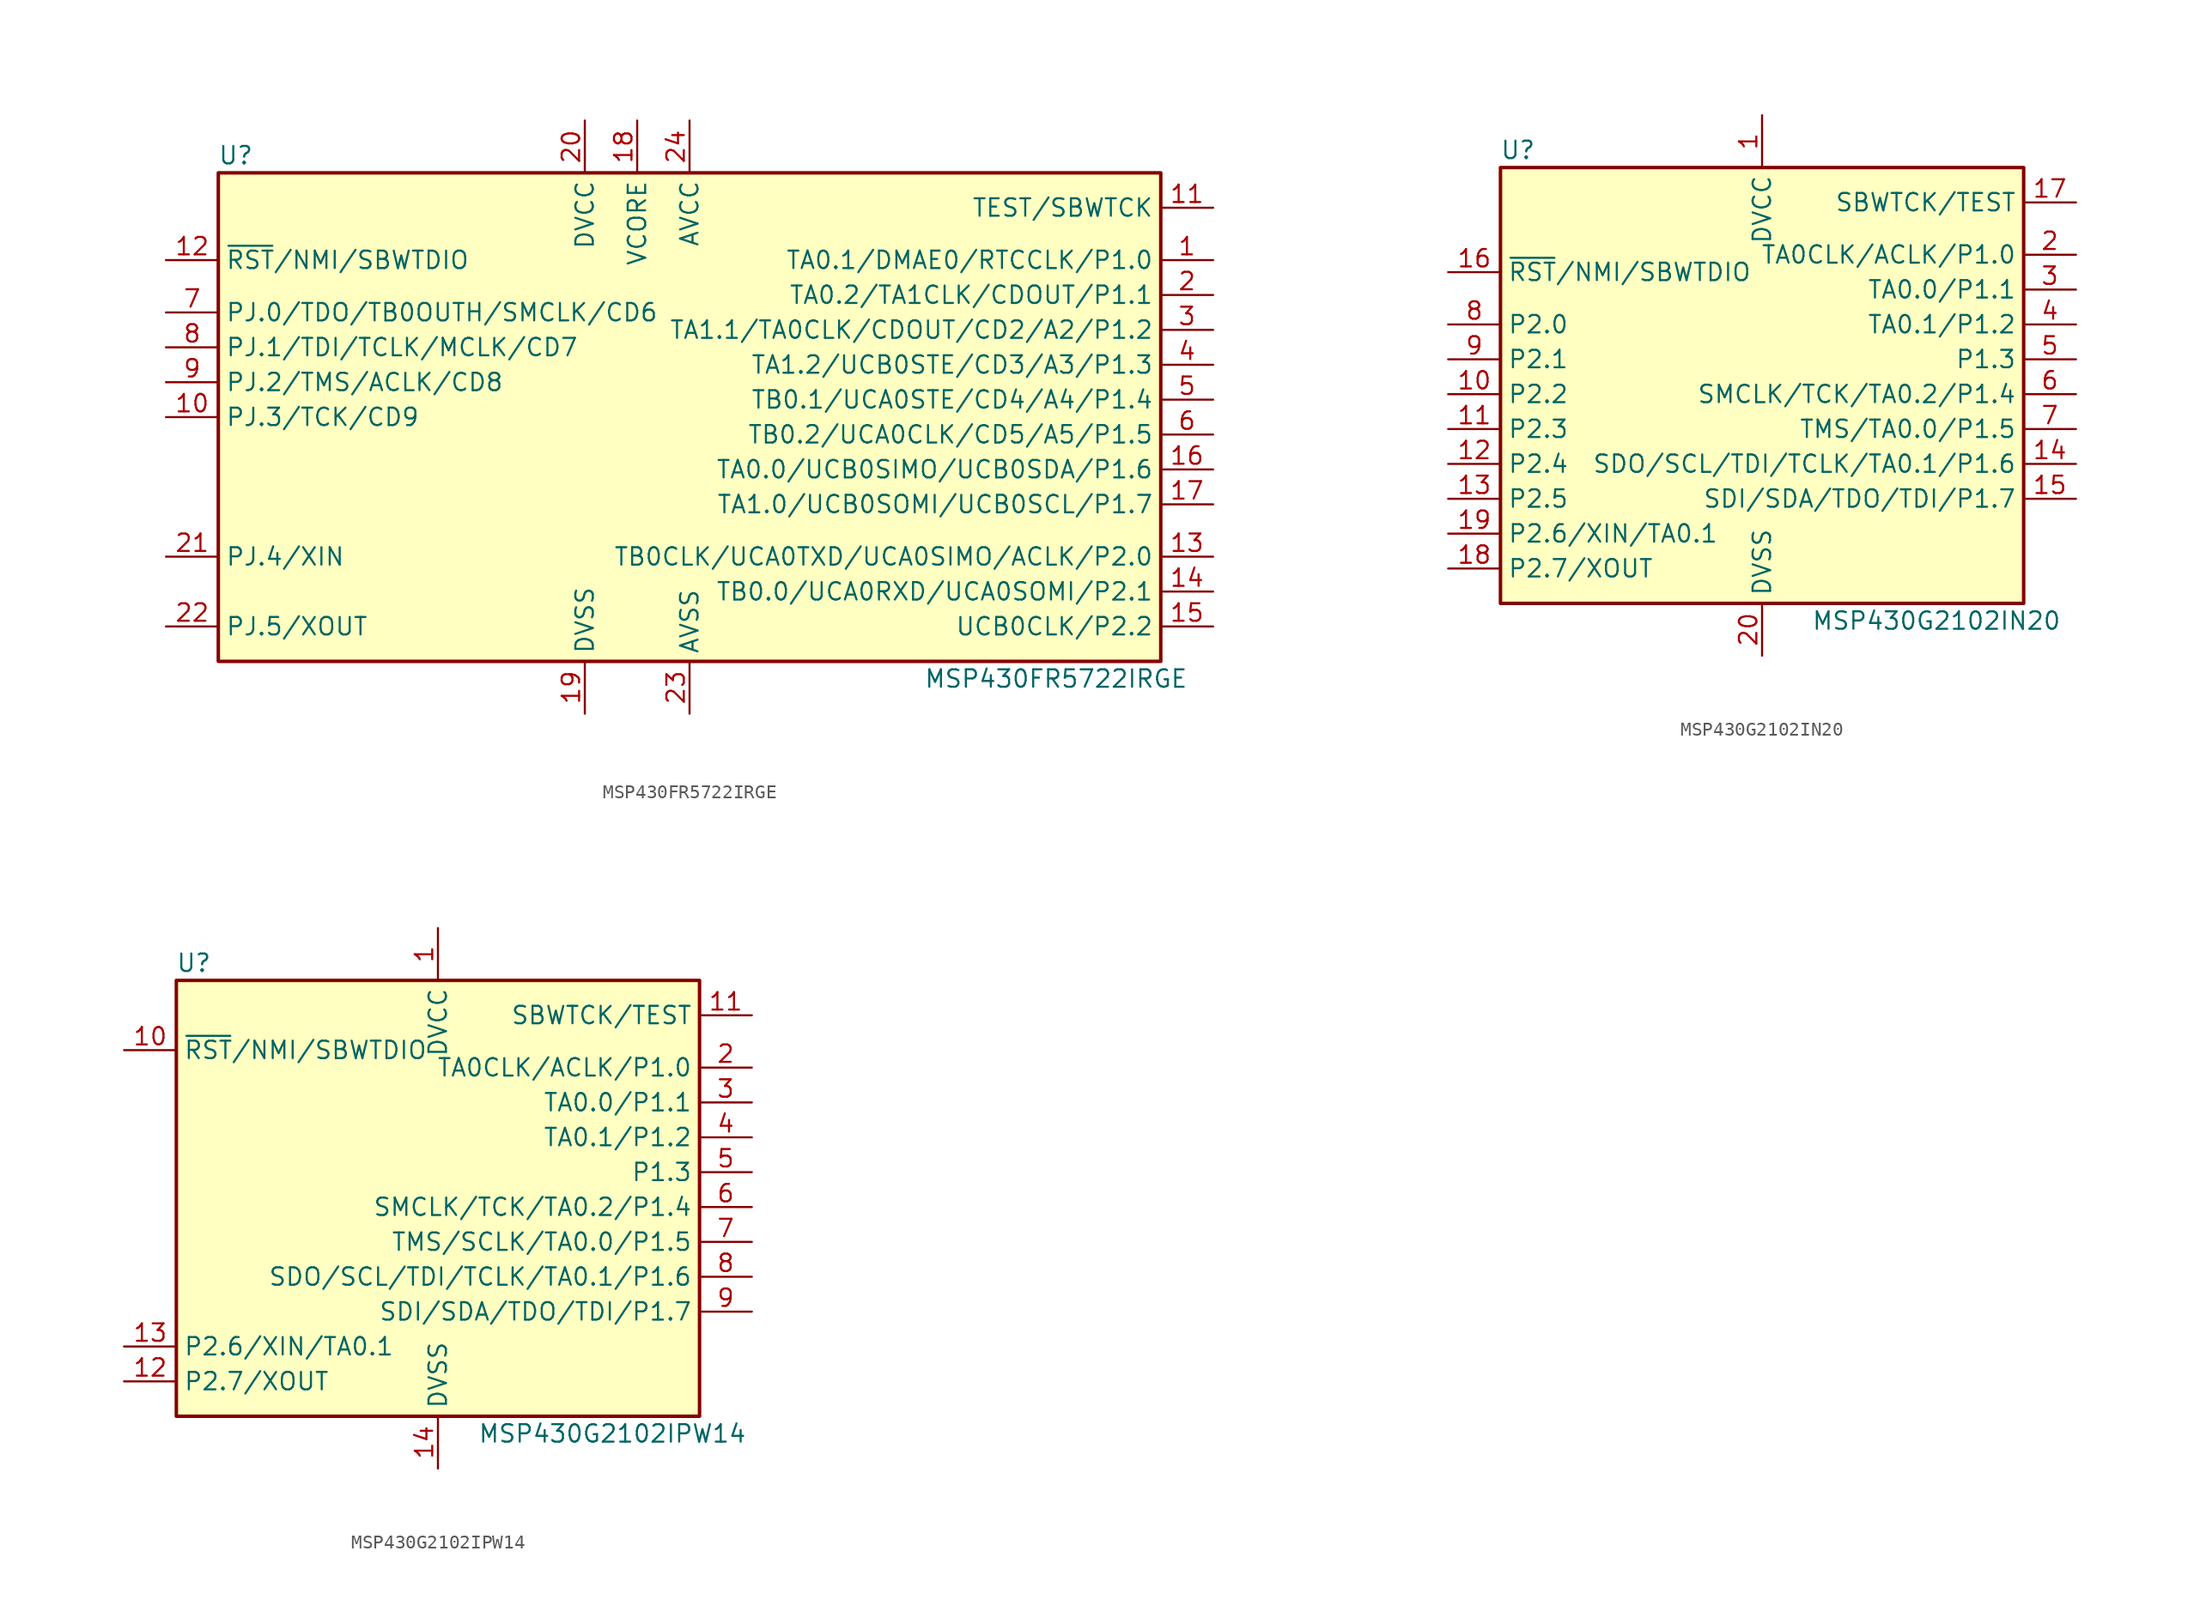
<source format=kicad_sym>
(kicad_symbol_lib
  (version 20220914)
  (generator kicad_symbol_editor)
  (symbol "MSP430FR5722IRGE"
    (property "Reference" "U"
      (at -33.02 19.05 0)
      (effects (font (size 1.27 1.27))))
    (property "Value" "MSP430FR5722IRGE"
      (at 26.67 -19.05 0)
      (effects (font (size 1.27 1.27))))
    (symbol "MSP430FR5722IRGE_0_1"
      (rectangle (start -34.29 17.78) (end 34.29 -17.78) (stroke (width 0.254) (type default)) (fill (type background))))
    (symbol "MSP430FR5722IRGE_1_1"
      (pin bidirectional line (at 38.1 11.43 180) (length 3.81) (name "TA0.1/DMAE0/RTCCLK/P1.0" (effects (font (size 1.27 1.27)))) (number "1" (effects (font (size 1.27 1.27)))))
      (pin bidirectional line (at -38.1 0 0) (length 3.81) (name "PJ.3/TCK/CD9" (effects (font (size 1.27 1.27)))) (number "10" (effects (font (size 1.27 1.27)))))
      (pin input line (at 38.1 15.24 180) (length 3.81) (name "TEST/SBWTCK" (effects (font (size 1.27 1.27)))) (number "11" (effects (font (size 1.27 1.27)))))
      (pin input line (at -38.1 11.43 0) (length 3.81) (name "~{RST}/NMI/SBWTDIO" (effects (font (size 1.27 1.27)))) (number "12" (effects (font (size 1.27 1.27)))))
      (pin input line (at 38.1 -10.16 180) (length 3.81) (name "TB0CLK/UCA0TXD/UCA0SIMO/ACLK/P2.0" (effects (font (size 1.27 1.27)))) (number "13" (effects (font (size 1.27 1.27)))))
      (pin input line (at 38.1 -12.7 180) (length 3.81) (name "TB0.0/UCA0RXD/UCA0SOMI/P2.1" (effects (font (size 1.27 1.27)))) (number "14" (effects (font (size 1.27 1.27)))))
      (pin input line (at 38.1 -15.24 180) (length 3.81) (name "UCB0CLK/P2.2" (effects (font (size 1.27 1.27)))) (number "15" (effects (font (size 1.27 1.27)))))
      (pin input line (at 38.1 -3.81 180) (length 3.81) (name "TA0.0/UCB0SIMO/UCB0SDA/P1.6" (effects (font (size 1.27 1.27)))) (number "16" (effects (font (size 1.27 1.27)))))
      (pin input line (at 38.1 -6.35 180) (length 3.81) (name "TA1.0/UCB0SOMI/UCB0SCL/P1.7" (effects (font (size 1.27 1.27)))) (number "17" (effects (font (size 1.27 1.27)))))
      (pin input line (at -3.81 21.59 270) (length 3.81) (name "VCORE" (effects (font (size 1.27 1.27)))) (number "18" (effects (font (size 1.27 1.27)))))
      (pin power_in line (at -7.62 -21.59 90) (length 3.81) (name "DVSS" (effects (font (size 1.27 1.27)))) (number "19" (effects (font (size 1.27 1.27)))))
      (pin bidirectional line (at 38.1 8.89 180) (length 3.81) (name "TA0.2/TA1CLK/CDOUT/P1.1" (effects (font (size 1.27 1.27)))) (number "2" (effects (font (size 1.27 1.27)))))
      (pin power_in line (at -7.62 21.59 270) (length 3.81) (name "DVCC" (effects (font (size 1.27 1.27)))) (number "20" (effects (font (size 1.27 1.27)))))
      (pin input line (at -38.1 -10.16 0) (length 3.81) (name "PJ.4/XIN" (effects (font (size 1.27 1.27)))) (number "21" (effects (font (size 1.27 1.27)))))
      (pin input line (at -38.1 -15.24 0) (length 3.81) (name "PJ.5/XOUT" (effects (font (size 1.27 1.27)))) (number "22" (effects (font (size 1.27 1.27)))))
      (pin power_in line (at 0 -21.59 90) (length 3.81) (name "AVSS" (effects (font (size 1.27 1.27)))) (number "23" (effects (font (size 1.27 1.27)))))
      (pin power_in line (at 0 21.59 270) (length 3.81) (name "AVCC" (effects (font (size 1.27 1.27)))) (number "24" (effects (font (size 1.27 1.27)))))
      (pin bidirectional line (at 38.1 6.35 180) (length 3.81) (name "TA1.1/TA0CLK/CDOUT/CD2/A2/P1.2" (effects (font (size 1.27 1.27)))) (number "3" (effects (font (size 1.27 1.27)))))
      (pin bidirectional line (at 38.1 3.81 180) (length 3.81) (name "TA1.2/UCB0STE/CD3/A3/P1.3" (effects (font (size 1.27 1.27)))) (number "4" (effects (font (size 1.27 1.27)))))
      (pin bidirectional line (at 38.1 1.27 180) (length 3.81) (name "TB0.1/UCA0STE/CD4/A4/P1.4" (effects (font (size 1.27 1.27)))) (number "5" (effects (font (size 1.27 1.27)))))
      (pin bidirectional line (at 38.1 -1.27 180) (length 3.81) (name "TB0.2/UCA0CLK/CD5/A5/P1.5" (effects (font (size 1.27 1.27)))) (number "6" (effects (font (size 1.27 1.27)))))
      (pin bidirectional line (at -38.1 7.62 0) (length 3.81) (name "PJ.0/TDO/TB0OUTH/SMCLK/CD6" (effects (font (size 1.27 1.27)))) (number "7" (effects (font (size 1.27 1.27)))))
      (pin bidirectional line (at -38.1 5.08 0) (length 3.81) (name "PJ.1/TDI/TCLK/MCLK/CD7" (effects (font (size 1.27 1.27)))) (number "8" (effects (font (size 1.27 1.27)))))
      (pin bidirectional line (at -38.1 2.54 0) (length 3.81) (name "PJ.2/TMS/ACLK/CD8" (effects (font (size 1.27 1.27)))) (number "9" (effects (font (size 1.27 1.27)))))))
  (symbol "MSP430G2102IN20"
    (property "Reference" "U"
      (at -17.78 17.78 0)
      (effects (font (size 1.27 1.27))))
    (property "Value" "MSP430G2102IN20"
      (at 12.7 -16.51 0)
      (effects (font (size 1.27 1.27))))
    (symbol "MSP430G2102IN20_0_1"
      (rectangle (start -19.05 16.51) (end 19.05 -15.24) (stroke (width 0.254) (type default)) (fill (type background))))
    (symbol "MSP430G2102IN20_1_1"
      (pin power_in line (at 0 20.32 270) (length 3.81) (name "DVCC" (effects (font (size 1.27 1.27)))) (number "1" (effects (font (size 1.27 1.27)))))
      (pin bidirectional line (at -22.86 0 0) (length 3.81) (name "P2.2" (effects (font (size 1.27 1.27)))) (number "10" (effects (font (size 1.27 1.27)))))
      (pin bidirectional line (at -22.86 -2.54 0) (length 3.81) (name "P2.3" (effects (font (size 1.27 1.27)))) (number "11" (effects (font (size 1.27 1.27)))))
      (pin bidirectional line (at -22.86 -5.08 0) (length 3.81) (name "P2.4" (effects (font (size 1.27 1.27)))) (number "12" (effects (font (size 1.27 1.27)))))
      (pin bidirectional line (at -22.86 -7.62 0) (length 3.81) (name "P2.5" (effects (font (size 1.27 1.27)))) (number "13" (effects (font (size 1.27 1.27)))))
      (pin bidirectional line (at 22.86 -5.08 180) (length 3.81) (name "SDO/SCL/TDI/TCLK/TA0.1/P1.6" (effects (font (size 1.27 1.27)))) (number "14" (effects (font (size 1.27 1.27)))))
      (pin bidirectional line (at 22.86 -7.62 180) (length 3.81) (name "SDI/SDA/TDO/TDI/P1.7" (effects (font (size 1.27 1.27)))) (number "15" (effects (font (size 1.27 1.27)))))
      (pin input line (at -22.86 8.89 0) (length 3.81) (name "~{RST}/NMI/SBWTDIO" (effects (font (size 1.27 1.27)))) (number "16" (effects (font (size 1.27 1.27)))))
      (pin input line (at 22.86 13.97 180) (length 3.81) (name "SBWTCK/TEST" (effects (font (size 1.27 1.27)))) (number "17" (effects (font (size 1.27 1.27)))))
      (pin bidirectional line (at -22.86 -12.7 0) (length 3.81) (name "P2.7/XOUT" (effects (font (size 1.27 1.27)))) (number "18" (effects (font (size 1.27 1.27)))))
      (pin bidirectional line (at -22.86 -10.16 0) (length 3.81) (name "P2.6/XIN/TA0.1" (effects (font (size 1.27 1.27)))) (number "19" (effects (font (size 1.27 1.27)))))
      (pin bidirectional line (at 22.86 10.16 180) (length 3.81) (name "TA0CLK/ACLK/P1.0" (effects (font (size 1.27 1.27)))) (number "2" (effects (font (size 1.27 1.27)))))
      (pin power_in line (at 0 -19.05 90) (length 3.81) (name "DVSS" (effects (font (size 1.27 1.27)))) (number "20" (effects (font (size 1.27 1.27)))))
      (pin bidirectional line (at 22.86 7.62 180) (length 3.81) (name "TA0.0/P1.1" (effects (font (size 1.27 1.27)))) (number "3" (effects (font (size 1.27 1.27)))))
      (pin bidirectional line (at 22.86 5.08 180) (length 3.81) (name "TA0.1/P1.2" (effects (font (size 1.27 1.27)))) (number "4" (effects (font (size 1.27 1.27)))))
      (pin bidirectional line (at 22.86 2.54 180) (length 3.81) (name "P1.3" (effects (font (size 1.27 1.27)))) (number "5" (effects (font (size 1.27 1.27)))))
      (pin bidirectional line (at 22.86 0 180) (length 3.81) (name "SMCLK/TCK/TA0.2/P1.4" (effects (font (size 1.27 1.27)))) (number "6" (effects (font (size 1.27 1.27)))))
      (pin bidirectional line (at 22.86 -2.54 180) (length 3.81) (name "TMS/TA0.0/P1.5" (effects (font (size 1.27 1.27)))) (number "7" (effects (font (size 1.27 1.27)))))
      (pin bidirectional line (at -22.86 5.08 0) (length 3.81) (name "P2.0" (effects (font (size 1.27 1.27)))) (number "8" (effects (font (size 1.27 1.27)))))
      (pin bidirectional line (at -22.86 2.54 0) (length 3.81) (name "P2.1" (effects (font (size 1.27 1.27)))) (number "9" (effects (font (size 1.27 1.27)))))))
  (symbol "MSP430G2102IPW14"
    (property "Reference" "U"
      (at -17.78 17.78 0)
      (effects (font (size 1.27 1.27))))
    (property "Value" "MSP430G2102IPW14"
      (at 12.7 -16.51 0)
      (effects (font (size 1.27 1.27))))
    (symbol "MSP430G2102IPW14_0_1"
      (rectangle (start -19.05 16.51) (end 19.05 -15.24) (stroke (width 0.254) (type default)) (fill (type background))))
    (symbol "MSP430G2102IPW14_1_1"
      (pin power_in line (at 0 20.32 270) (length 3.81) (name "DVCC" (effects (font (size 1.27 1.27)))) (number "1" (effects (font (size 1.27 1.27)))))
      (pin input line (at -22.86 11.43 0) (length 3.81) (name "~{RST}/NMI/SBWTDIO" (effects (font (size 1.27 1.27)))) (number "10" (effects (font (size 1.27 1.27)))))
      (pin input line (at 22.86 13.97 180) (length 3.81) (name "SBWTCK/TEST" (effects (font (size 1.27 1.27)))) (number "11" (effects (font (size 1.27 1.27)))))
      (pin bidirectional line (at -22.86 -12.7 0) (length 3.81) (name "P2.7/XOUT" (effects (font (size 1.27 1.27)))) (number "12" (effects (font (size 1.27 1.27)))))
      (pin bidirectional line (at -22.86 -10.16 0) (length 3.81) (name "P2.6/XIN/TA0.1" (effects (font (size 1.27 1.27)))) (number "13" (effects (font (size 1.27 1.27)))))
      (pin power_in line (at 0 -19.05 90) (length 3.81) (name "DVSS" (effects (font (size 1.27 1.27)))) (number "14" (effects (font (size 1.27 1.27)))))
      (pin bidirectional line (at 22.86 10.16 180) (length 3.81) (name "TA0CLK/ACLK/P1.0" (effects (font (size 1.27 1.27)))) (number "2" (effects (font (size 1.27 1.27)))))
      (pin bidirectional line (at 22.86 7.62 180) (length 3.81) (name "TA0.0/P1.1" (effects (font (size 1.27 1.27)))) (number "3" (effects (font (size 1.27 1.27)))))
      (pin bidirectional line (at 22.86 5.08 180) (length 3.81) (name "TA0.1/P1.2" (effects (font (size 1.27 1.27)))) (number "4" (effects (font (size 1.27 1.27)))))
      (pin bidirectional line (at 22.86 2.54 180) (length 3.81) (name "P1.3" (effects (font (size 1.27 1.27)))) (number "5" (effects (font (size 1.27 1.27)))))
      (pin bidirectional line (at 22.86 0 180) (length 3.81) (name "SMCLK/TCK/TA0.2/P1.4" (effects (font (size 1.27 1.27)))) (number "6" (effects (font (size 1.27 1.27)))))
      (pin bidirectional line (at 22.86 -2.54 180) (length 3.81) (name "TMS/SCLK/TA0.0/P1.5" (effects (font (size 1.27 1.27)))) (number "7" (effects (font (size 1.27 1.27)))))
      (pin bidirectional line (at 22.86 -5.08 180) (length 3.81) (name "SDO/SCL/TDI/TCLK/TA0.1/P1.6" (effects (font (size 1.27 1.27)))) (number "8" (effects (font (size 1.27 1.27)))))
      (pin bidirectional line (at 22.86 -7.62 180) (length 3.81) (name "SDI/SDA/TDO/TDI/P1.7" (effects (font (size 1.27 1.27)))) (number "9" (effects (font (size 1.27 1.27))))))))
</source>
